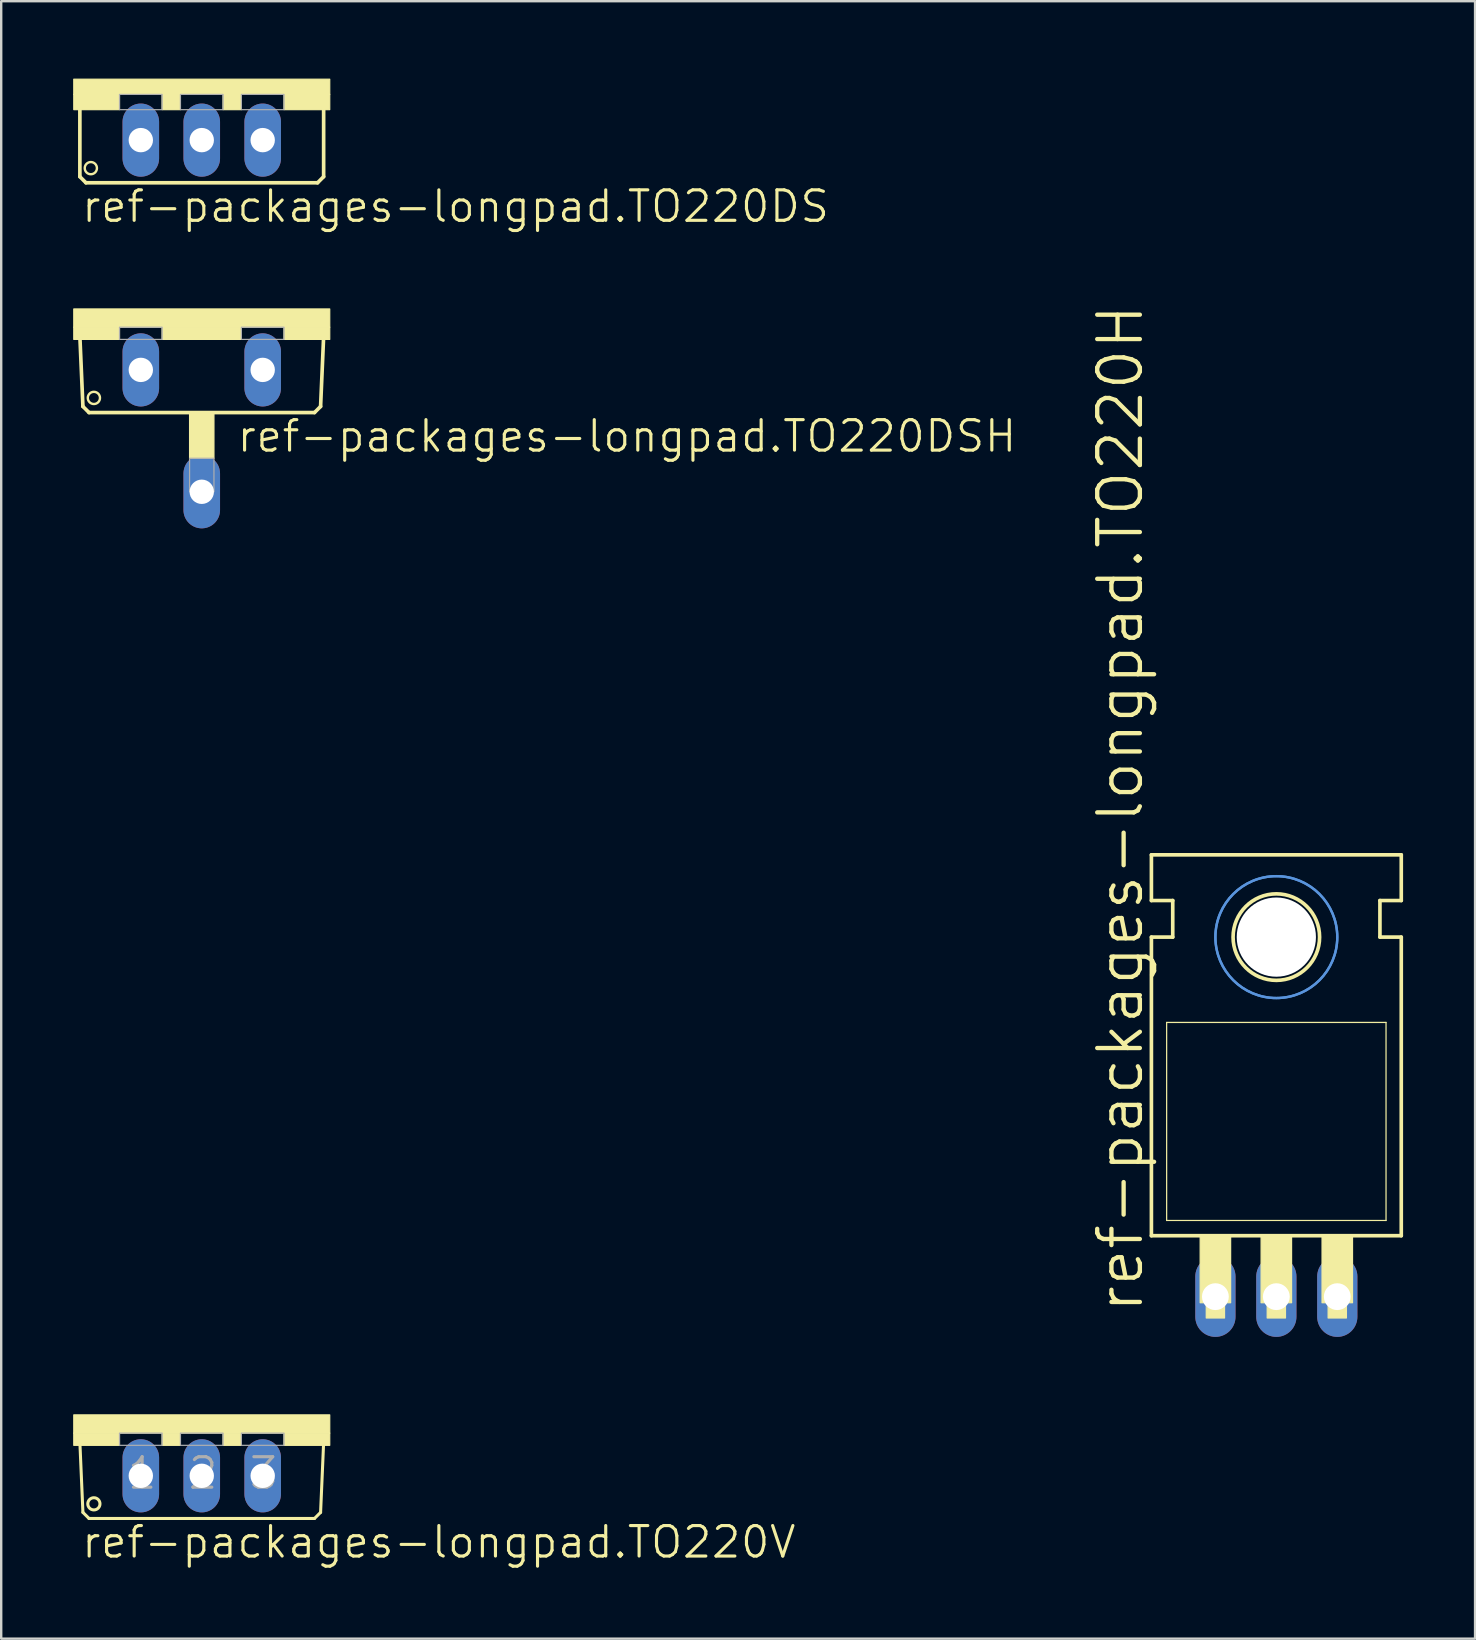
<source format=kicad_pcb>
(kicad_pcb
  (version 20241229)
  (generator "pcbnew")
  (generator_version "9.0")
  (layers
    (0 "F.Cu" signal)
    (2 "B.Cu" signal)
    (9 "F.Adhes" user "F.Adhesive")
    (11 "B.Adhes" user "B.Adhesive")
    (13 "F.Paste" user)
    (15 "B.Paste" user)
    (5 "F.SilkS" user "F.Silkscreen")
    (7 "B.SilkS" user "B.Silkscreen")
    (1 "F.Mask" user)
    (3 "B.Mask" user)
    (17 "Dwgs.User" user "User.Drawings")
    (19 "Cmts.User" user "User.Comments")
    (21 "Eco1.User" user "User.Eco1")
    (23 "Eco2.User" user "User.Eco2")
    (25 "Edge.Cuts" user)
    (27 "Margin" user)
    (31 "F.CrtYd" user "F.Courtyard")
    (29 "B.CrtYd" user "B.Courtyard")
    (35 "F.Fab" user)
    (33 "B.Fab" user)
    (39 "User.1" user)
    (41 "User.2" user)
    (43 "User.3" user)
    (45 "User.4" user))
  (footprint "ref-packages-longpad.TO220V"
    (layer "F.Cu")
    (at 5.359 55.921)
    (property "Reference" "ref-packages-longpad.TO220V" (at -5.08 6.045 0) (layer "F.SilkS") (effects (font (size 1.27 1.27) (thickness 0.13)) (justify left bottom)))
    (attr through_hole)
    (fp_line (start -4.953 4.064) (end -5.08 1.143) (stroke (width 0.127) (type default)) (layer "F.SilkS"))
    (fp_line (start -4.953 4.064) (end -4.699 4.318) (stroke (width 0.127) (type default)) (layer "F.SilkS"))
    (fp_line (start 4.699 4.318) (end -4.699 4.318) (stroke (width 0.127) (type default)) (layer "F.SilkS"))
    (fp_line (start 4.699 4.318) (end 4.953 4.064) (stroke (width 0.127) (type default)) (layer "F.SilkS"))
    (fp_line (start 5.08 1.143) (end 4.953 4.064) (stroke (width 0.127) (type default)) (layer "F.SilkS"))
    (fp_rect (start -5.334 0.762) (end 5.334 0) (stroke (width 0.05) (type default)) (fill yes) (layer "F.SilkS"))
    (fp_rect (start -5.334 1.27) (end -3.429 0.762) (stroke (width 0.05) (type default)) (fill yes) (layer "F.SilkS"))
    (fp_rect (start -1.651 1.27) (end -0.889 0.762) (stroke (width 0.05) (type default)) (fill yes) (layer "F.SilkS"))
    (fp_rect (start 0.889 1.27) (end 1.651 0.762) (stroke (width 0.05) (type default)) (fill yes) (layer "F.SilkS"))
    (fp_rect (start 3.429 1.27) (end 5.334 0.762) (stroke (width 0.05) (type default)) (fill yes) (layer "F.SilkS"))
    (fp_circle (center -4.496 3.708) (end -4.242 3.708) (stroke (width 0.127) (type default)) (fill no) (layer "F.SilkS"))
    (fp_rect (start -3.429 1.27) (end -1.651 0.762) (stroke (width 0.05) (type default)) (fill no) (layer "F.Fab"))
    (fp_rect (start -0.889 1.27) (end 0.889 0.762) (stroke (width 0.05) (type default)) (fill no) (layer "F.Fab"))
    (fp_rect (start 1.651 1.27) (end 3.429 0.762) (stroke (width 0.05) (type default)) (fill no) (layer "F.Fab"))
    (fp_text user "1" (at -3.175 3.175 0) (layer "F.Fab") (effects (font (size 1.27 1.27) (thickness 0.13)) (justify left bottom)))
    (fp_text user "2" (at -0.635 3.175 0) (layer "F.Fab") (effects (font (size 1.27 1.27) (thickness 0.13)) (justify left bottom)))
    (fp_text user "3" (at 1.905 3.175 0) (layer "F.Fab") (effects (font (size 1.27 1.27) (thickness 0.13)) (justify left bottom)))
    (pad "1" thru_hole oval (at -2.54 2.54 90) (size 3.048 1.524) (drill 1.016) (layers "*.Cu" "*.Mask"))
    (pad "2" thru_hole oval (at 0 2.54 90) (size 3.048 1.524) (drill 1.016) (layers "*.Cu" "*.Mask"))
    (pad "3" thru_hole oval (at 2.54 2.54 90) (size 3.048 1.524) (drill 1.016) (layers "*.Cu" "*.Mask")))
  (footprint "ref-packages-longpad.TO220DS"
    (layer "F.Cu")
    (at 5.359 0.25)
    (property "Reference" "ref-packages-longpad.TO220DS" (at -5.08 6.045 0) (layer "F.SilkS") (effects (font (size 1.27 1.27) (thickness 0.13)) (justify left bottom)))
    (attr through_hole)
    (fp_line (start -5.08 4.064) (end -5.08 1.143) (stroke (width 0.152) (type default)) (layer "F.SilkS"))
    (fp_line (start -5.08 4.064) (end -4.826 4.318) (stroke (width 0.152) (type default)) (layer "F.SilkS"))
    (fp_line (start 4.826 4.318) (end -4.826 4.318) (stroke (width 0.152) (type default)) (layer "F.SilkS"))
    (fp_line (start 4.826 4.318) (end 5.08 4.064) (stroke (width 0.152) (type default)) (layer "F.SilkS"))
    (fp_line (start 5.08 1.143) (end 5.08 4.064) (stroke (width 0.152) (type default)) (layer "F.SilkS"))
    (fp_rect (start -5.334 0.635) (end 5.334 0) (stroke (width 0.05) (type default)) (fill yes) (layer "F.SilkS"))
    (fp_rect (start -5.334 1.27) (end -3.429 0.635) (stroke (width 0.05) (type default)) (fill yes) (layer "F.SilkS"))
    (fp_rect (start -1.651 1.27) (end -0.889 0.635) (stroke (width 0.05) (type default)) (fill yes) (layer "F.SilkS"))
    (fp_rect (start 0.889 1.27) (end 1.651 0.635) (stroke (width 0.05) (type default)) (fill yes) (layer "F.SilkS"))
    (fp_rect (start 3.429 1.27) (end 5.334 0.635) (stroke (width 0.05) (type default)) (fill yes) (layer "F.SilkS"))
    (fp_circle (center -4.623 3.708) (end -4.369 3.708) (stroke (width 0.1) (type default)) (fill no) (layer "F.SilkS"))
    (fp_rect (start -3.429 1.27) (end -1.651 0.635) (stroke (width 0.05) (type default)) (fill no) (layer "F.Fab"))
    (fp_rect (start -0.889 1.27) (end 0.889 0.635) (stroke (width 0.05) (type default)) (fill no) (layer "F.Fab"))
    (fp_rect (start 1.651 1.27) (end 3.429 0.635) (stroke (width 0.05) (type default)) (fill no) (layer "F.Fab"))
    (pad "A1" thru_hole oval (at -2.54 2.54 90) (size 3.048 1.524) (drill 1.016) (layers "*.Cu" "*.Mask"))
    (pad "A2" thru_hole oval (at 0 2.54 90) (size 3.048 1.524) (drill 1.016) (layers "*.Cu" "*.Mask"))
    (pad "G" thru_hole oval (at 2.54 2.54 90) (size 3.048 1.524) (drill 1.016) (layers "*.Cu" "*.Mask")))
  (footprint "ref-packages-longpad.TO220H"
    (layer "F.Cu")
    (at 50.147 40.834)
    (property "Reference" "ref-packages-longpad.TO220H" (at -5.461 10.922 90) (layer "F.SilkS") (effects (font (size 1.778 1.778) (thickness 0.18)) (justify left bottom)))
    (attr through_hole)
    (fp_line (start -5.207 -6.35) (end -5.207 -8.255) (stroke (width 0.152) (type default)) (layer "F.SilkS"))
    (fp_line (start -5.207 -4.826) (end -4.318 -4.826) (stroke (width 0.152) (type default)) (layer "F.SilkS"))
    (fp_line (start -5.207 7.62) (end -5.207 -4.826) (stroke (width 0.152) (type default)) (layer "F.SilkS"))
    (fp_line (start -5.207 7.62) (end 5.207 7.62) (stroke (width 0.152) (type default)) (layer "F.SilkS"))
    (fp_line (start -4.572 6.985) (end -4.572 -1.27) (stroke (width 0.051) (type default)) (layer "F.SilkS"))
    (fp_line (start -4.572 6.985) (end 4.572 6.985) (stroke (width 0.051) (type default)) (layer "F.SilkS"))
    (fp_line (start -4.318 -6.35) (end -5.207 -6.35) (stroke (width 0.152) (type default)) (layer "F.SilkS"))
    (fp_line (start -4.318 -4.826) (end -4.318 -6.35) (stroke (width 0.152) (type default)) (layer "F.SilkS"))
    (fp_line (start 4.318 -6.35) (end 5.207 -6.35) (stroke (width 0.152) (type default)) (layer "F.SilkS"))
    (fp_line (start 4.318 -4.826) (end 4.318 -6.35) (stroke (width 0.152) (type default)) (layer "F.SilkS"))
    (fp_line (start 4.572 -1.27) (end -4.572 -1.27) (stroke (width 0.051) (type default)) (layer "F.SilkS"))
    (fp_line (start 4.572 -1.27) (end 4.572 6.985) (stroke (width 0.051) (type default)) (layer "F.SilkS"))
    (fp_line (start 5.207 -8.255) (end -5.207 -8.255) (stroke (width 0.152) (type default)) (layer "F.SilkS"))
    (fp_line (start 5.207 -6.35) (end 5.207 -8.255) (stroke (width 0.152) (type default)) (layer "F.SilkS"))
    (fp_line (start 5.207 -4.826) (end 4.318 -4.826) (stroke (width 0.152) (type default)) (layer "F.SilkS"))
    (fp_line (start 5.207 7.62) (end 5.207 -4.826) (stroke (width 0.152) (type default)) (layer "F.SilkS"))
    (fp_rect (start -3.175 10.414) (end -1.905 7.62) (stroke (width 0.05) (type default)) (fill yes) (layer "F.SilkS"))
    (fp_rect (start -2.921 11.049) (end -2.159 10.414) (stroke (width 0.05) (type default)) (fill yes) (layer "F.SilkS"))
    (fp_rect (start -0.635 10.414) (end 0.635 7.62) (stroke (width 0.05) (type default)) (fill yes) (layer "F.SilkS"))
    (fp_rect (start -0.381 11.049) (end 0.381 10.414) (stroke (width 0.05) (type default)) (fill yes) (layer "F.SilkS"))
    (fp_rect (start 1.905 10.414) (end 3.175 7.62) (stroke (width 0.05) (type default)) (fill yes) (layer "F.SilkS"))
    (fp_rect (start 2.159 11.049) (end 2.921 10.414) (stroke (width 0.05) (type default)) (fill yes) (layer "F.SilkS"))
    (fp_circle (center 0 -4.826) (end 1.803 -4.826) (stroke (width 0.152) (type default)) (fill no) (layer "F.SilkS"))
    (fp_circle (center 0 -4.826) (end 2.54 -4.826) (stroke (width 0.1) (type default)) (fill no) (layer "Cmts.User"))
    (fp_circle (center 0 -4.826) (end 2.54 -4.826) (stroke (width 0.1) (type default)) (fill no) (layer "Cmts.User"))
    (pad "" np_thru_hole circle (at 0 -4.826) (size 3.302 3.302) (drill 3.302) (layers "*.Cu" "*.Mask"))
    (pad "1" thru_hole oval (at -2.54 10.16 90) (size 3.353 1.676) (drill 1.118) (layers "*.Cu" "*.Mask"))
    (pad "2" thru_hole oval (at 0 10.16 90) (size 3.353 1.676) (drill 1.118) (layers "*.Cu" "*.Mask"))
    (pad "3" thru_hole oval (at 2.54 10.16 90) (size 3.353 1.676) (drill 1.118) (layers "*.Cu" "*.Mask")))
  (footprint "ref-packages-longpad.TO220DSH"
    (layer "F.Cu")
    (at 5.359 9.827)
    (property "Reference" "ref-packages-longpad.TO220DSH" (at 1.397 6.045 0) (layer "F.SilkS") (effects (font (size 1.27 1.27) (thickness 0.13)) (justify left bottom)))
    (attr through_hole)
    (fp_line (start -4.953 4.064) (end -5.08 1.143) (stroke (width 0.152) (type default)) (layer "F.SilkS"))
    (fp_line (start -4.953 4.064) (end -4.699 4.318) (stroke (width 0.152) (type default)) (layer "F.SilkS"))
    (fp_line (start 4.699 4.318) (end -4.699 4.318) (stroke (width 0.152) (type default)) (layer "F.SilkS"))
    (fp_line (start 4.699 4.318) (end 4.953 4.064) (stroke (width 0.152) (type default)) (layer "F.SilkS"))
    (fp_line (start 5.08 1.143) (end 4.953 4.064) (stroke (width 0.152) (type default)) (layer "F.SilkS"))
    (fp_rect (start -5.334 0.762) (end 5.334 0) (stroke (width 0.05) (type default)) (fill yes) (layer "F.SilkS"))
    (fp_rect (start -5.334 1.27) (end -3.429 0.762) (stroke (width 0.05) (type default)) (fill yes) (layer "F.SilkS"))
    (fp_rect (start -1.651 1.27) (end 1.651 0.762) (stroke (width 0.05) (type default)) (fill yes) (layer "F.SilkS"))
    (fp_rect (start -0.508 6.223) (end 0.508 4.318) (stroke (width 0.05) (type default)) (fill yes) (layer "F.SilkS"))
    (fp_rect (start 3.429 1.27) (end 5.334 0.762) (stroke (width 0.05) (type default)) (fill yes) (layer "F.SilkS"))
    (fp_circle (center -4.496 3.708) (end -4.242 3.708) (stroke (width 0.1) (type default)) (fill no) (layer "F.SilkS"))
    (fp_rect (start -3.429 1.27) (end -1.651 0.762) (stroke (width 0.05) (type default)) (fill no) (layer "F.Fab"))
    (fp_rect (start -0.508 7.62) (end 0.508 6.223) (stroke (width 0.05) (type default)) (fill no) (layer "F.Fab"))
    (fp_rect (start 1.651 1.27) (end 3.429 0.762) (stroke (width 0.05) (type default)) (fill no) (layer "F.Fab"))
    (pad "A1" thru_hole oval (at -2.54 2.54 90) (size 3.048 1.524) (drill 1.016) (layers "*.Cu" "*.Mask"))
    (pad "A2" thru_hole oval (at 0 7.62 90) (size 3.048 1.524) (drill 1.016) (layers "*.Cu" "*.Mask"))
    (pad "G" thru_hole oval (at 2.54 2.54 90) (size 3.048 1.524) (drill 1.016) (layers "*.Cu" "*.Mask")))
  (gr_rect
    (start -3 -3)
    (end 58.43 65.248)
    (stroke (width 0.1) (type default))
    (fill no)
    (layer "Edge.Cuts")))
</source>
